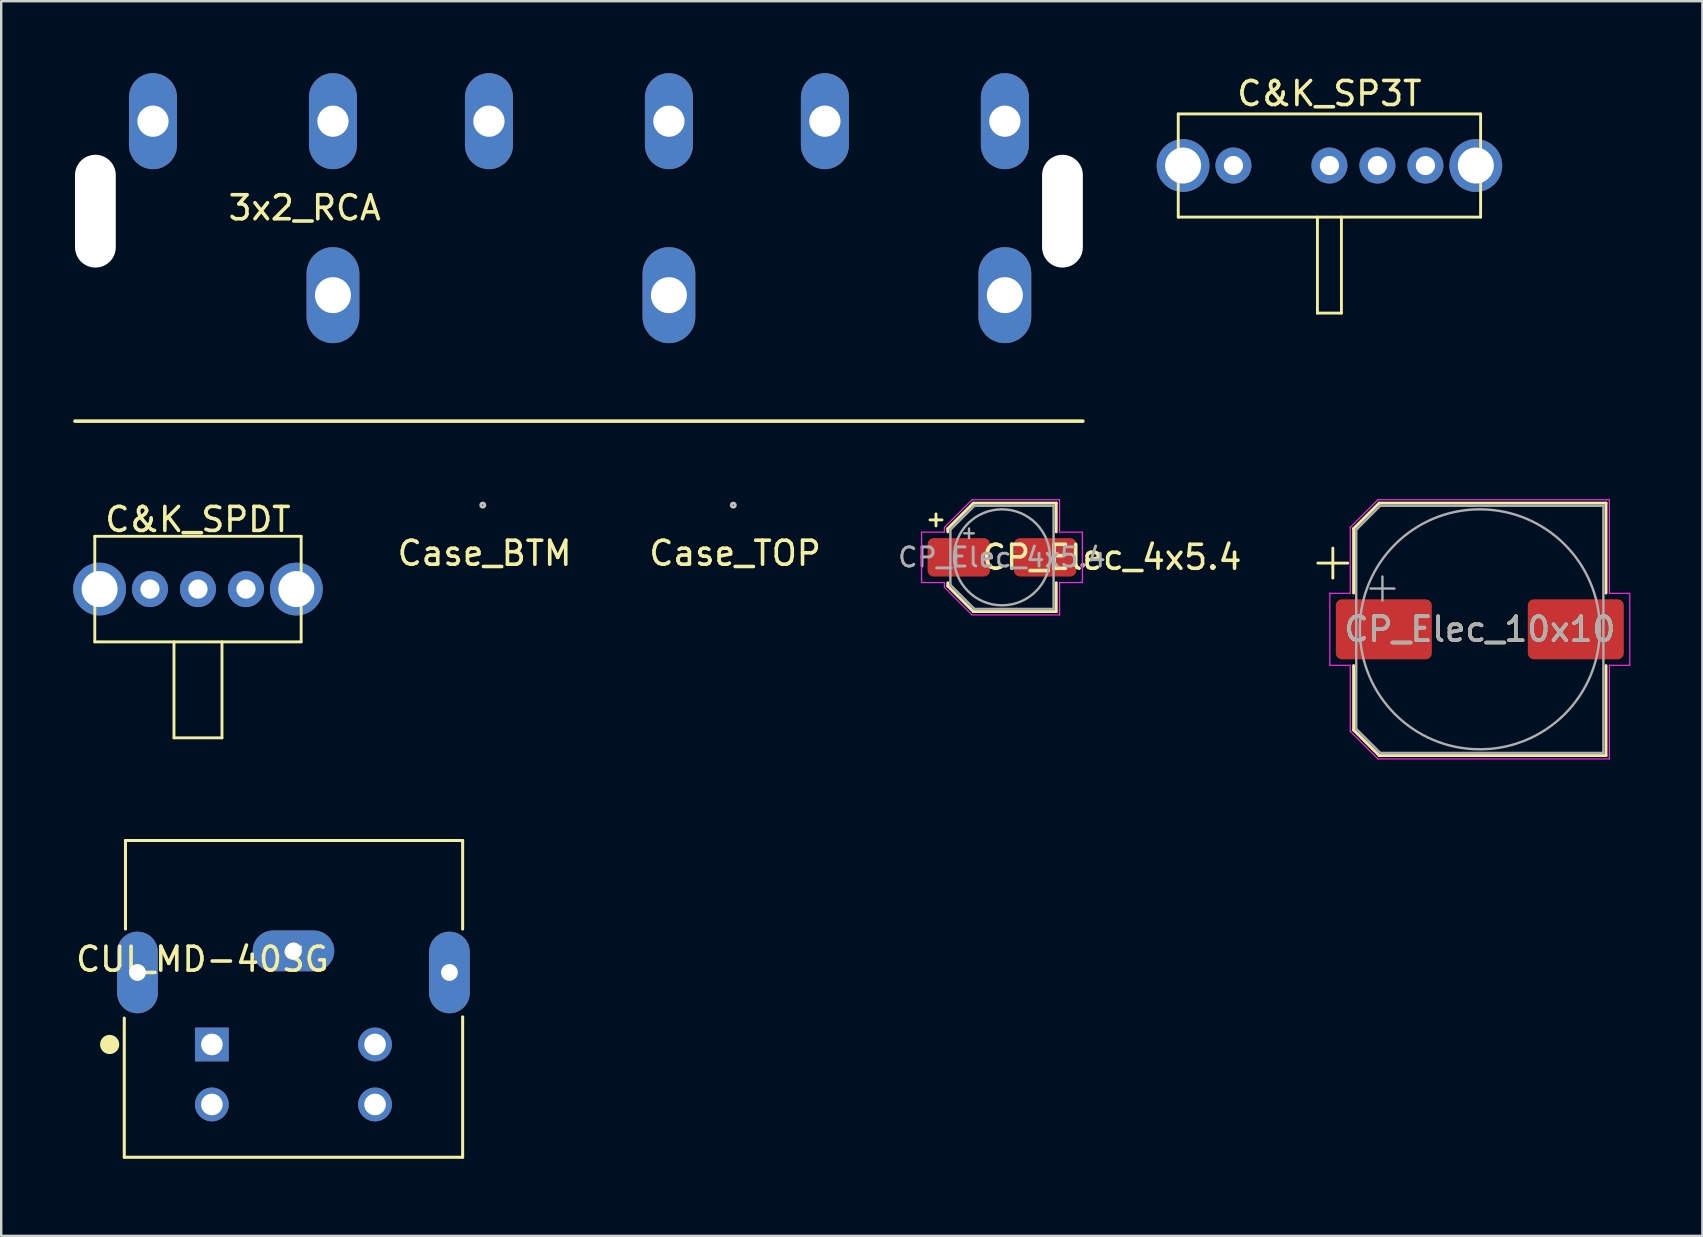
<source format=kicad_pcb>
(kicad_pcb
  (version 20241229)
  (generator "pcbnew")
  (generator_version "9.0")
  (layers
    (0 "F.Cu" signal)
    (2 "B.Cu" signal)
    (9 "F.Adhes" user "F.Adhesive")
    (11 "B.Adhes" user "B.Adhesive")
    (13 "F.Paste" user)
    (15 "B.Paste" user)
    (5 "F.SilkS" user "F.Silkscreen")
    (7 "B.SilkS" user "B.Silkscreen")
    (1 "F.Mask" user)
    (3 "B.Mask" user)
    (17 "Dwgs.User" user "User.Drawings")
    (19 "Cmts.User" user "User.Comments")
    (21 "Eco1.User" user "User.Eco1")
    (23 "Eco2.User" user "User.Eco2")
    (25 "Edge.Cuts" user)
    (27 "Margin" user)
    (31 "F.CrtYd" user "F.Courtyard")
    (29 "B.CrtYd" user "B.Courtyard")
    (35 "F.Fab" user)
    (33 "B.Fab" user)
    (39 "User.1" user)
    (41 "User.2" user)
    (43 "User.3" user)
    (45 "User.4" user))
  (footprint "CP_Elec_4x5.4"
    (layer "F.Cu")
    (at 38.705 20.175)
    (property "Reference" "CP_Elec_4x5.4" (at 4.572 0 0) (layer "F.SilkS") (effects (font (size 1 1) (thickness 0.15))))
    (attr smd)
    (fp_line (start -3 -1.56) (end -2.5 -1.56) (stroke (width 0.12) (type solid)) (layer "F.SilkS"))
    (fp_line (start -2.75 -1.81) (end -2.75 -1.31) (stroke (width 0.12) (type solid)) (layer "F.SilkS"))
    (fp_line (start -2.26 -1.196) (end -2.26 -1.06) (stroke (width 0.12) (type solid)) (layer "F.SilkS"))
    (fp_line (start -2.26 -1.196) (end -1.196 -2.26) (stroke (width 0.12) (type solid)) (layer "F.SilkS"))
    (fp_line (start -2.26 1.196) (end -2.26 1.06) (stroke (width 0.12) (type solid)) (layer "F.SilkS"))
    (fp_line (start -2.26 1.196) (end -1.196 2.26) (stroke (width 0.12) (type solid)) (layer "F.SilkS"))
    (fp_line (start -1.196 -2.26) (end 2.26 -2.26) (stroke (width 0.12) (type solid)) (layer "F.SilkS"))
    (fp_line (start -1.196 2.26) (end 2.26 2.26) (stroke (width 0.12) (type solid)) (layer "F.SilkS"))
    (fp_line (start 2.26 -2.26) (end 2.26 -1.06) (stroke (width 0.12) (type solid)) (layer "F.SilkS"))
    (fp_line (start 2.26 2.26) (end 2.26 1.06) (stroke (width 0.12) (type solid)) (layer "F.SilkS"))
    (fp_line (start -3.35 -1.05) (end -3.35 1.05) (stroke (width 0.05) (type solid)) (layer "F.CrtYd"))
    (fp_line (start -3.35 1.05) (end -2.4 1.05) (stroke (width 0.05) (type solid)) (layer "F.CrtYd"))
    (fp_line (start -2.4 -1.25) (end -2.4 -1.05) (stroke (width 0.05) (type solid)) (layer "F.CrtYd"))
    (fp_line (start -2.4 -1.25) (end -1.25 -2.4) (stroke (width 0.05) (type solid)) (layer "F.CrtYd"))
    (fp_line (start -2.4 -1.05) (end -3.35 -1.05) (stroke (width 0.05) (type solid)) (layer "F.CrtYd"))
    (fp_line (start -2.4 1.05) (end -2.4 1.25) (stroke (width 0.05) (type solid)) (layer "F.CrtYd"))
    (fp_line (start -2.4 1.25) (end -1.25 2.4) (stroke (width 0.05) (type solid)) (layer "F.CrtYd"))
    (fp_line (start -1.25 -2.4) (end 2.4 -2.4) (stroke (width 0.05) (type solid)) (layer "F.CrtYd"))
    (fp_line (start -1.25 2.4) (end 2.4 2.4) (stroke (width 0.05) (type solid)) (layer "F.CrtYd"))
    (fp_line (start 2.4 -2.4) (end 2.4 -1.05) (stroke (width 0.05) (type solid)) (layer "F.CrtYd"))
    (fp_line (start 2.4 -1.05) (end 3.35 -1.05) (stroke (width 0.05) (type solid)) (layer "F.CrtYd"))
    (fp_line (start 2.4 1.05) (end 2.4 2.4) (stroke (width 0.05) (type solid)) (layer "F.CrtYd"))
    (fp_line (start 3.35 -1.05) (end 3.35 1.05) (stroke (width 0.05) (type solid)) (layer "F.CrtYd"))
    (fp_line (start 3.35 1.05) (end 2.4 1.05) (stroke (width 0.05) (type solid)) (layer "F.CrtYd"))
    (fp_line (start -2.15 -1.15) (end -2.15 1.15) (stroke (width 0.1) (type solid)) (layer "F.Fab"))
    (fp_line (start -2.15 -1.15) (end -1.15 -2.15) (stroke (width 0.1) (type solid)) (layer "F.Fab"))
    (fp_line (start -2.15 1.15) (end -1.15 2.15) (stroke (width 0.1) (type solid)) (layer "F.Fab"))
    (fp_line (start -1.575 -1) (end -1.175 -1) (stroke (width 0.1) (type solid)) (layer "F.Fab"))
    (fp_line (start -1.375 -1.2) (end -1.375 -0.8) (stroke (width 0.1) (type solid)) (layer "F.Fab"))
    (fp_line (start -1.15 -2.15) (end 2.15 -2.15) (stroke (width 0.1) (type solid)) (layer "F.Fab"))
    (fp_line (start -1.15 2.15) (end 2.15 2.15) (stroke (width 0.1) (type solid)) (layer "F.Fab"))
    (fp_line (start 2.15 -2.15) (end 2.15 2.15) (stroke (width 0.1) (type solid)) (layer "F.Fab"))
    (fp_circle (center 0 0) (end 2 0) (stroke (width 0.1) (type solid)) (fill no) (layer "F.Fab"))
    (fp_text user "${REFERENCE}" (at 0 0 0) (layer "F.Fab") (effects (font (size 0.8 0.8) (thickness 0.12))))
    (pad "1" smd roundrect (at -1.8 0) (size 2.6 1.6) (layers "F.Cu" "F.Mask" "F.Paste") (roundrect_rratio 0.156))
    (pad "2" smd roundrect (at 1.8 0) (size 2.6 1.6) (layers "F.Cu" "F.Mask" "F.Paste") (roundrect_rratio 0.156)))
  (footprint "C&K_SP3T"
    (layer "F.Cu")
    (at 52.35 3.848)
    (property "Reference" "C&K_SP3T" (at 0 -3 0) (layer "F.SilkS") (effects (font (size 1 1) (thickness 0.15))))
    (attr through_hole)
    (fp_line (start -6.3 -2.15) (end 6.3 -2.15) (stroke (width 0.12) (type solid)) (layer "F.SilkS"))
    (fp_line (start -6.3 2.15) (end -6.3 -2.15) (stroke (width 0.12) (type solid)) (layer "F.SilkS"))
    (fp_line (start -0.5 6.15) (end -0.5 2.15) (stroke (width 0.12) (type solid)) (layer "F.SilkS"))
    (fp_line (start 0.5 2.15) (end 0.5 6.15) (stroke (width 0.12) (type solid)) (layer "F.SilkS"))
    (fp_line (start 0.5 6.15) (end -0.5 6.15) (stroke (width 0.12) (type solid)) (layer "F.SilkS"))
    (fp_line (start 6.3 -2.15) (end 6.3 2.15) (stroke (width 0.12) (type solid)) (layer "F.SilkS"))
    (fp_line (start 6.3 2.15) (end -6.3 2.15) (stroke (width 0.12) (type solid)) (layer "F.SilkS"))
    (pad "1" thru_hole circle (at 0 0) (size 1.5 1.5) (drill 0.8) (layers "*.Cu" "*.Mask"))
    (pad "2" thru_hole circle (at 2 0) (size 1.5 1.5) (drill 0.8) (layers "*.Cu" "*.Mask"))
    (pad "3" thru_hole circle (at -4 0) (size 1.5 1.5) (drill 0.8) (layers "*.Cu" "*.Mask"))
    (pad "4" thru_hole circle (at 4 0) (size 1.5 1.5) (drill 0.8) (layers "*.Cu" "*.Mask"))
    (pad "S" thru_hole circle (at -6.1 0) (size 2.2 2.2) (drill 1.5) (layers "*.Cu" "*.Mask"))
    (pad "S" thru_hole circle (at 6.1 0) (size 2.2 2.2) (drill 1.5) (layers "*.Cu" "*.Mask")))
  (footprint "C&K_SPDT"
    (layer "F.Cu")
    (at 5.2 21.498)
    (property "Reference" "C&K_SPDT" (at 0 -2.9 0) (layer "F.SilkS") (effects (font (size 1 1) (thickness 0.15))))
    (attr through_hole)
    (fp_line (start -4.3 -2.2) (end 4.3 -2.2) (stroke (width 0.12) (type solid)) (layer "F.SilkS"))
    (fp_line (start -4.3 2.2) (end -4.3 -2.2) (stroke (width 0.12) (type solid)) (layer "F.SilkS"))
    (fp_line (start -1 6.2) (end -1 2.2) (stroke (width 0.12) (type solid)) (layer "F.SilkS"))
    (fp_line (start 1 2.2) (end 1 6.2) (stroke (width 0.12) (type solid)) (layer "F.SilkS"))
    (fp_line (start 1 6.2) (end -1 6.2) (stroke (width 0.12) (type solid)) (layer "F.SilkS"))
    (fp_line (start 4.3 -2.2) (end 4.3 2.2) (stroke (width 0.12) (type solid)) (layer "F.SilkS"))
    (fp_line (start 4.3 2.2) (end -4.3 2.2) (stroke (width 0.12) (type solid)) (layer "F.SilkS"))
    (pad "1" thru_hole circle (at -2 0) (size 1.5 1.5) (drill 0.8) (layers "*.Cu" "*.Mask"))
    (pad "2" thru_hole circle (at 0 0) (size 1.5 1.5) (drill 0.8) (layers "*.Cu" "*.Mask"))
    (pad "3" thru_hole circle (at 2 0) (size 1.5 1.5) (drill 0.8) (layers "*.Cu" "*.Mask"))
    (pad "S" thru_hole circle (at -4.1 0) (size 2.2 2.2) (drill 1.5) (layers "*.Cu" "*.Mask"))
    (pad "S" thru_hole circle (at 4.1 0) (size 2.2 2.2) (drill 1.5) (layers "*.Cu" "*.Mask")))
  (footprint "Case_BTM"
    (layer "F.Cu")
    (at 17.068 18)
    (property "Reference" "Case_BTM" (at 0.076 2.007 0) (layer "F.SilkS") (effects (font (size 1 1) (thickness 0.15))))
    (attr through_hole)
    (fp_circle (center 0 0) (end 0 0.025) (stroke (width 0.12) (type solid)) (fill no) (layer "Dwgs.User")))
  (footprint "3x2_RCA"
    (layer "F.Cu")
    (at 21.075 14.5)
    (property "Reference" "3x2_RCA" (at -11.43 -8.89 0) (layer "F.SilkS") (effects (font (size 1 1) (thickness 0.15))))
    (attr through_hole)
    (fp_line (start -21 0) (end 21 0) (stroke (width 0.15) (type solid)) (layer "F.SilkS"))
    (pad "" np_thru_hole oval (at -20.15 -8.75) (size 1.7 4.7) (drill oval 1.7 4.7) (layers "*.Cu" "*.Mask"))
    (pad "" np_thru_hole oval (at 20.15 -8.75) (size 1.7 4.7) (drill oval 1.7 4.7) (layers "*.Cu" "*.Mask"))
    (pad "1" thru_hole oval (at -17.75 -12.5) (size 2 4) (drill 1.3) (layers "*.Cu" "*.Mask"))
    (pad "2" thru_hole oval (at -10.25 -12.5) (size 2 4) (drill 1.3) (layers "*.Cu" "*.Mask"))
    (pad "3" thru_hole oval (at -3.75 -12.5) (size 2 4) (drill 1.3) (layers "*.Cu" "*.Mask"))
    (pad "4" thru_hole oval (at 3.75 -12.5) (size 2 4) (drill 1.3) (layers "*.Cu" "*.Mask"))
    (pad "5" thru_hole oval (at 10.25 -12.5) (size 2 4) (drill 1.3) (layers "*.Cu" "*.Mask"))
    (pad "6" thru_hole oval (at 17.75 -12.5) (size 2 4) (drill 1.3) (layers "*.Cu" "*.Mask"))
    (pad "7" thru_hole oval (at -10.25 -5.25) (size 2.2 4) (drill 1.5) (layers "*.Cu" "*.Mask"))
    (pad "8" thru_hole oval (at 3.75 -5.25) (size 2.2 4) (drill 1.5) (layers "*.Cu" "*.Mask"))
    (pad "9" thru_hole oval (at 17.75 -5.25) (size 2.2 4) (drill 1.5) (layers "*.Cu" "*.Mask")))
  (footprint "Case_TOP"
    (layer "F.Cu")
    (at 27.508 18)
    (property "Reference" "Case_TOP" (at 0.076 2.007 0) (layer "F.SilkS") (effects (font (size 1 1) (thickness 0.15))))
    (attr through_hole)
    (fp_circle (center 0 0) (end 0 0.025) (stroke (width 0.12) (type solid)) (fill no) (layer "Dwgs.User")))
  (footprint "CP_Elec_10x10"
    (layer "F.Cu")
    (at 58.617 23.175)
    (property "Reference" "CP_Elec_10x10" (at 0 0 0) (layer "F.SilkS") (effects (font (size 1 1) (thickness 0.15))))
    (attr smd)
    (fp_line (start -6.75 -2.76) (end -5.5 -2.76) (stroke (width 0.12) (type solid)) (layer "F.SilkS"))
    (fp_line (start -6.125 -3.385) (end -6.125 -2.135) (stroke (width 0.12) (type solid)) (layer "F.SilkS"))
    (fp_line (start -5.26 -4.196) (end -5.26 -1.51) (stroke (width 0.12) (type solid)) (layer "F.SilkS"))
    (fp_line (start -5.26 -4.196) (end -4.196 -5.26) (stroke (width 0.12) (type solid)) (layer "F.SilkS"))
    (fp_line (start -5.26 4.196) (end -5.26 1.51) (stroke (width 0.12) (type solid)) (layer "F.SilkS"))
    (fp_line (start -5.26 4.196) (end -4.196 5.26) (stroke (width 0.12) (type solid)) (layer "F.SilkS"))
    (fp_line (start -4.196 -5.26) (end 5.26 -5.26) (stroke (width 0.12) (type solid)) (layer "F.SilkS"))
    (fp_line (start -4.196 5.26) (end 5.26 5.26) (stroke (width 0.12) (type solid)) (layer "F.SilkS"))
    (fp_line (start 5.26 -5.26) (end 5.26 -1.51) (stroke (width 0.12) (type solid)) (layer "F.SilkS"))
    (fp_line (start 5.26 5.26) (end 5.26 1.51) (stroke (width 0.12) (type solid)) (layer "F.SilkS"))
    (fp_line (start -6.25 -1.5) (end -6.25 1.5) (stroke (width 0.05) (type solid)) (layer "F.CrtYd"))
    (fp_line (start -6.25 1.5) (end -5.4 1.5) (stroke (width 0.05) (type solid)) (layer "F.CrtYd"))
    (fp_line (start -5.4 -4.25) (end -5.4 -1.5) (stroke (width 0.05) (type solid)) (layer "F.CrtYd"))
    (fp_line (start -5.4 -4.25) (end -4.25 -5.4) (stroke (width 0.05) (type solid)) (layer "F.CrtYd"))
    (fp_line (start -5.4 -1.5) (end -6.25 -1.5) (stroke (width 0.05) (type solid)) (layer "F.CrtYd"))
    (fp_line (start -5.4 1.5) (end -5.4 4.25) (stroke (width 0.05) (type solid)) (layer "F.CrtYd"))
    (fp_line (start -5.4 4.25) (end -4.25 5.4) (stroke (width 0.05) (type solid)) (layer "F.CrtYd"))
    (fp_line (start -4.25 -5.4) (end 5.4 -5.4) (stroke (width 0.05) (type solid)) (layer "F.CrtYd"))
    (fp_line (start -4.25 5.4) (end 5.4 5.4) (stroke (width 0.05) (type solid)) (layer "F.CrtYd"))
    (fp_line (start 5.4 -5.4) (end 5.4 -1.5) (stroke (width 0.05) (type solid)) (layer "F.CrtYd"))
    (fp_line (start 5.4 -1.5) (end 6.25 -1.5) (stroke (width 0.05) (type solid)) (layer "F.CrtYd"))
    (fp_line (start 5.4 1.5) (end 5.4 5.4) (stroke (width 0.05) (type solid)) (layer "F.CrtYd"))
    (fp_line (start 6.25 -1.5) (end 6.25 1.5) (stroke (width 0.05) (type solid)) (layer "F.CrtYd"))
    (fp_line (start 6.25 1.5) (end 5.4 1.5) (stroke (width 0.05) (type solid)) (layer "F.CrtYd"))
    (fp_line (start -5.15 -4.15) (end -5.15 4.15) (stroke (width 0.1) (type solid)) (layer "F.Fab"))
    (fp_line (start -5.15 -4.15) (end -4.15 -5.15) (stroke (width 0.1) (type solid)) (layer "F.Fab"))
    (fp_line (start -5.15 4.15) (end -4.15 5.15) (stroke (width 0.1) (type solid)) (layer "F.Fab"))
    (fp_line (start -4.558 -1.7) (end -3.558 -1.7) (stroke (width 0.1) (type solid)) (layer "F.Fab"))
    (fp_line (start -4.15 -5.15) (end 5.15 -5.15) (stroke (width 0.1) (type solid)) (layer "F.Fab"))
    (fp_line (start -4.15 5.15) (end 5.15 5.15) (stroke (width 0.1) (type solid)) (layer "F.Fab"))
    (fp_line (start -4.058 -2.2) (end -4.058 -1.2) (stroke (width 0.1) (type solid)) (layer "F.Fab"))
    (fp_line (start 5.15 -5.15) (end 5.15 5.15) (stroke (width 0.1) (type solid)) (layer "F.Fab"))
    (fp_circle (center 0 0) (end 5 0) (stroke (width 0.1) (type solid)) (fill no) (layer "F.Fab"))
    (fp_text user "${REFERENCE}" (at 0 0 0) (layer "F.Fab") (effects (font (size 1 1) (thickness 0.15))))
    (pad "1" smd roundrect (at -4 0) (size 4 2.5) (layers "F.Cu" "F.Mask" "F.Paste") (roundrect_rratio 0.1))
    (pad "2" smd roundrect (at 4 0) (size 4 2.5) (layers "F.Cu" "F.Mask" "F.Paste") (roundrect_rratio 0.1)))
  (footprint "CUI_MD-40SG"
    (layer "F.Cu")
    (at 9.179 38.575)
    (property "Reference" "CUI_MD-40SG" (at -3.792 -1.651 0) (layer "F.SilkS") (effects (font (size 1 1) (thickness 0.15))))
    (attr through_hole)
    (fp_line (start -7.05 6.6) (end -7.05 0.8) (stroke (width 0.127) (type solid)) (layer "F.SilkS"))
    (fp_line (start -7 -6.6) (end -7 -2.91) (stroke (width 0.127) (type solid)) (layer "F.SilkS"))
    (fp_line (start -7 -6.6) (end 7.05 -6.6) (stroke (width 0.127) (type solid)) (layer "F.SilkS"))
    (fp_line (start 7.05 -6.6) (end 7.05 -2.91) (stroke (width 0.127) (type solid)) (layer "F.SilkS"))
    (fp_line (start 7.05 6.6) (end -7.05 6.6) (stroke (width 0.127) (type solid)) (layer "F.SilkS"))
    (fp_line (start 7.05 6.6) (end 7.05 0.75) (stroke (width 0.127) (type solid)) (layer "F.SilkS"))
    (fp_circle (center -7.66 1.9) (end -7.46 1.9) (stroke (width 0.4) (type solid)) (fill no) (layer "F.SilkS"))
    (fp_line (start -7.85 -2.8) (end -7.25 -2.8) (stroke (width 0.05) (type solid)) (layer "Eco1.User"))
    (fp_line (start -7.85 0.6) (end -7.85 -2.8) (stroke (width 0.05) (type solid)) (layer "Eco1.User"))
    (fp_line (start -7.25 -6.95) (end -7.25 -2.8) (stroke (width 0.05) (type solid)) (layer "Eco1.User"))
    (fp_line (start -7.25 -6.95) (end 7.25 -6.95) (stroke (width 0.05) (type solid)) (layer "Eco1.User"))
    (fp_line (start -7.25 0.6) (end -7.85 0.6) (stroke (width 0.05) (type solid)) (layer "Eco1.User"))
    (fp_line (start -7.25 6.85) (end -7.25 0.6) (stroke (width 0.05) (type solid)) (layer "Eco1.User"))
    (fp_line (start 7.25 -6.95) (end 7.25 -2.8) (stroke (width 0.05) (type solid)) (layer "Eco1.User"))
    (fp_line (start 7.25 -2.8) (end 7.8 -2.8) (stroke (width 0.05) (type solid)) (layer "Eco1.User"))
    (fp_line (start 7.3 0.6) (end 7.3 6.85) (stroke (width 0.05) (type solid)) (layer "Eco1.User"))
    (fp_line (start 7.3 6.85) (end -7.25 6.85) (stroke (width 0.05) (type solid)) (layer "Eco1.User"))
    (fp_line (start 7.8 -2.8) (end 7.8 0.6) (stroke (width 0.05) (type solid)) (layer "Eco1.User"))
    (fp_line (start 7.8 0.6) (end 7.3 0.6) (stroke (width 0.05) (type solid)) (layer "Eco1.User"))
    (fp_line (start -7.05 -6.6) (end 4.89 -6.6) (stroke (width 0.127) (type solid)) (layer "Eco2.User"))
    (fp_line (start -7.05 6.6) (end -7.05 -6.6) (stroke (width 0.127) (type solid)) (layer "Eco2.User"))
    (fp_line (start 4.89 -6.6) (end 5.25 -6.6) (stroke (width 0.127) (type solid)) (layer "Eco2.User"))
    (fp_line (start 5.25 -6.6) (end 4.89 -6.6) (stroke (width 0.127) (type solid)) (layer "Eco2.User"))
    (fp_line (start 5.25 -6.6) (end 7.05 -6.6) (stroke (width 0.127) (type solid)) (layer "Eco2.User"))
    (fp_line (start 7.05 -6.6) (end 7.05 6.6) (stroke (width 0.127) (type solid)) (layer "Eco2.User"))
    (fp_line (start 7.05 6.6) (end -7.05 6.6) (stroke (width 0.127) (type solid)) (layer "Eco2.User"))
    (fp_circle (center -5.12 1.9) (end -4.92 1.9) (stroke (width 0.4) (type solid)) (fill no) (layer "Eco2.User"))
    (pad "1" thru_hole rect (at -3.4 1.9 270) (size 1.408 1.408) (drill 0.9) (layers "*.Cu" "*.Mask"))
    (pad "2" thru_hole circle (at 3.4 1.9 270) (size 1.408 1.408) (drill 0.9) (layers "*.Cu" "*.Mask"))
    (pad "3" thru_hole circle (at -3.4 4.4 270) (size 1.408 1.408) (drill 0.9) (layers "*.Cu" "*.Mask"))
    (pad "4" thru_hole circle (at 3.4 4.4 270) (size 1.408 1.408) (drill 0.9) (layers "*.Cu" "*.Mask"))
    (pad "S1" thru_hole oval (at -6.5 -1.1 90) (size 3.4 1.7) (drill 0.7) (layers "*.Cu" "*.Mask"))
    (pad "S2" thru_hole oval (at 0 -2 180) (size 3.4 1.7) (drill 0.7) (layers "*.Cu" "*.Mask"))
    (pad "S3" thru_hole oval (at 6.5 -1.1 270) (size 3.4 1.7) (drill 0.7) (layers "*.Cu" "*.Mask")))
  (gr_rect
    (start -3 -3)
    (end 67.892 48.45)
    (stroke (width 0.1) (type default))
    (fill no)
    (layer "Edge.Cuts")))
</source>
